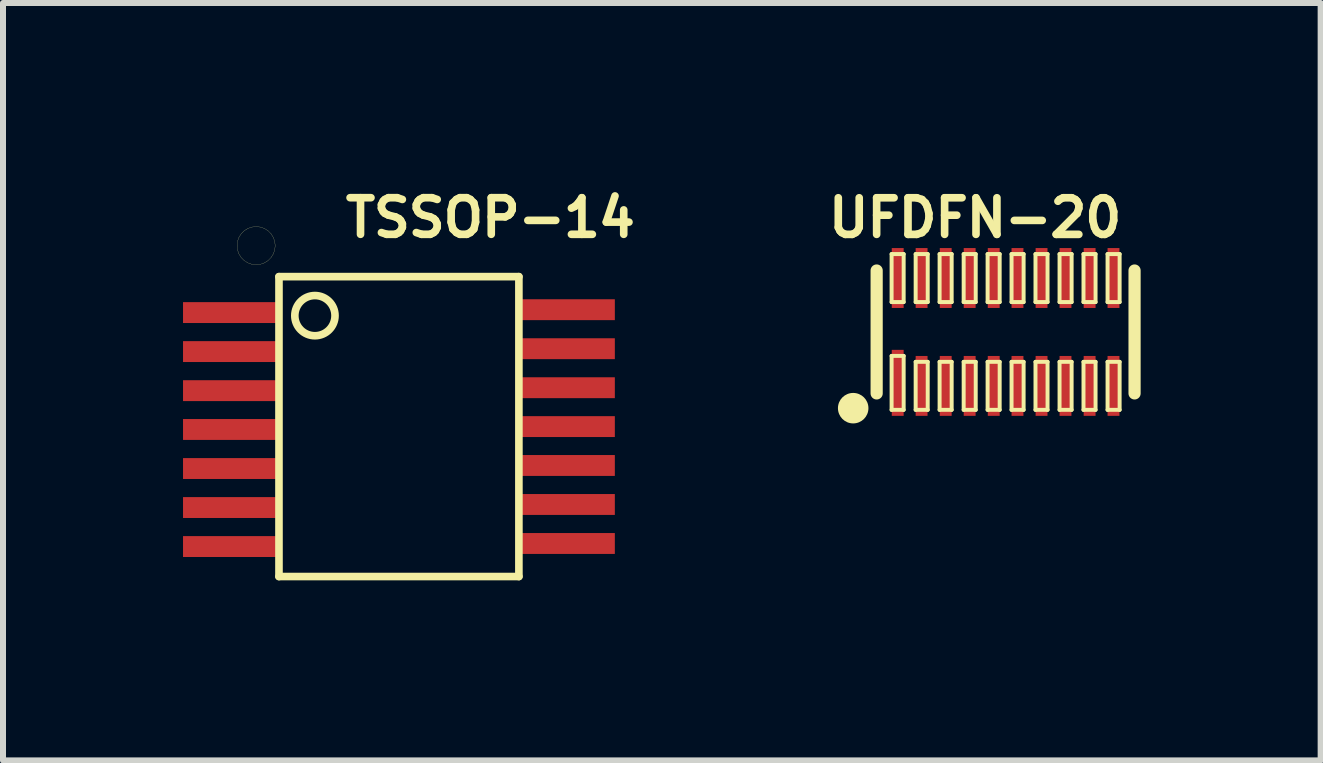
<source format=kicad_pcb>
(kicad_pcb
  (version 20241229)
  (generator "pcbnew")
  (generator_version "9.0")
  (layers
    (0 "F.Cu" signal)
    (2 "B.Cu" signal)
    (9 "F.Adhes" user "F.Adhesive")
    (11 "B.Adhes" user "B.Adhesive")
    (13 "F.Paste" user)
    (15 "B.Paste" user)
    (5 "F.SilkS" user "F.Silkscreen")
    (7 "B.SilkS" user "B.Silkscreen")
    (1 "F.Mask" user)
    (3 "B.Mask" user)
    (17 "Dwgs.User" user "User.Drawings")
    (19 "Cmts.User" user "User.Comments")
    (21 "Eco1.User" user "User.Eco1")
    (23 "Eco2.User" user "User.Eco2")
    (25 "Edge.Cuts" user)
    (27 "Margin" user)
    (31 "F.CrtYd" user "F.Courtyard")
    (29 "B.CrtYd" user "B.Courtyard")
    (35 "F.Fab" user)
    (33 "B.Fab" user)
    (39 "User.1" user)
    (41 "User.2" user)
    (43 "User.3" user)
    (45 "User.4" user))
  (footprint "UFDFN-20"
    (layer "F.Cu")
    (at 13.708 2.482)
    (property "Reference" "UFDFN-20" (at -0.508 -1.902 0) (layer "F.SilkS") (effects (font (size 0.61 0.61) (thickness 0.127))))
    (attr smd)
    (fp_line (start -2.149 -1.024) (end -2.149 1.024) (stroke (width 0.203) (type solid)) (layer "F.SilkS"))
    (fp_line (start -1.9 -1.298) (end -1.699 -1.298) (stroke (width 0.066) (type solid)) (layer "F.SilkS"))
    (fp_line (start -1.9 -0.498) (end -1.9 -1.298) (stroke (width 0.066) (type solid)) (layer "F.SilkS"))
    (fp_line (start -1.9 -0.498) (end -1.699 -0.498) (stroke (width 0.066) (type solid)) (layer "F.SilkS"))
    (fp_line (start -1.9 0.399) (end -1.699 0.399) (stroke (width 0.066) (type solid)) (layer "F.SilkS"))
    (fp_line (start -1.9 1.298) (end -1.9 0.399) (stroke (width 0.066) (type solid)) (layer "F.SilkS"))
    (fp_line (start -1.9 1.298) (end -1.699 1.298) (stroke (width 0.066) (type solid)) (layer "F.SilkS"))
    (fp_line (start -1.699 -0.498) (end -1.699 -1.298) (stroke (width 0.066) (type solid)) (layer "F.SilkS"))
    (fp_line (start -1.699 1.298) (end -1.699 0.399) (stroke (width 0.066) (type solid)) (layer "F.SilkS"))
    (fp_line (start -1.499 -1.298) (end -1.298 -1.298) (stroke (width 0.066) (type solid)) (layer "F.SilkS"))
    (fp_line (start -1.499 -0.498) (end -1.499 -1.298) (stroke (width 0.066) (type solid)) (layer "F.SilkS"))
    (fp_line (start -1.499 -0.498) (end -1.298 -0.498) (stroke (width 0.066) (type solid)) (layer "F.SilkS"))
    (fp_line (start -1.499 0.498) (end -1.298 0.498) (stroke (width 0.066) (type solid)) (layer "F.SilkS"))
    (fp_line (start -1.499 1.298) (end -1.499 0.498) (stroke (width 0.066) (type solid)) (layer "F.SilkS"))
    (fp_line (start -1.499 1.298) (end -1.298 1.298) (stroke (width 0.066) (type solid)) (layer "F.SilkS"))
    (fp_line (start -1.298 -0.498) (end -1.298 -1.298) (stroke (width 0.066) (type solid)) (layer "F.SilkS"))
    (fp_line (start -1.298 1.298) (end -1.298 0.498) (stroke (width 0.066) (type solid)) (layer "F.SilkS"))
    (fp_line (start -1.1 -1.298) (end -0.899 -1.298) (stroke (width 0.066) (type solid)) (layer "F.SilkS"))
    (fp_line (start -1.1 -0.498) (end -1.1 -1.298) (stroke (width 0.066) (type solid)) (layer "F.SilkS"))
    (fp_line (start -1.1 -0.498) (end -0.899 -0.498) (stroke (width 0.066) (type solid)) (layer "F.SilkS"))
    (fp_line (start -1.1 0.498) (end -0.899 0.498) (stroke (width 0.066) (type solid)) (layer "F.SilkS"))
    (fp_line (start -1.1 1.298) (end -1.1 0.498) (stroke (width 0.066) (type solid)) (layer "F.SilkS"))
    (fp_line (start -1.1 1.298) (end -0.899 1.298) (stroke (width 0.066) (type solid)) (layer "F.SilkS"))
    (fp_line (start -0.899 -0.498) (end -0.899 -1.298) (stroke (width 0.066) (type solid)) (layer "F.SilkS"))
    (fp_line (start -0.899 1.298) (end -0.899 0.498) (stroke (width 0.066) (type solid)) (layer "F.SilkS"))
    (fp_line (start -0.699 -1.298) (end -0.498 -1.298) (stroke (width 0.066) (type solid)) (layer "F.SilkS"))
    (fp_line (start -0.699 -0.498) (end -0.699 -1.298) (stroke (width 0.066) (type solid)) (layer "F.SilkS"))
    (fp_line (start -0.699 -0.498) (end -0.498 -0.498) (stroke (width 0.066) (type solid)) (layer "F.SilkS"))
    (fp_line (start -0.699 0.498) (end -0.498 0.498) (stroke (width 0.066) (type solid)) (layer "F.SilkS"))
    (fp_line (start -0.699 1.298) (end -0.699 0.498) (stroke (width 0.066) (type solid)) (layer "F.SilkS"))
    (fp_line (start -0.699 1.298) (end -0.498 1.298) (stroke (width 0.066) (type solid)) (layer "F.SilkS"))
    (fp_line (start -0.498 -0.498) (end -0.498 -1.298) (stroke (width 0.066) (type solid)) (layer "F.SilkS"))
    (fp_line (start -0.498 1.298) (end -0.498 0.498) (stroke (width 0.066) (type solid)) (layer "F.SilkS"))
    (fp_line (start -0.3 -1.298) (end -0.099 -1.298) (stroke (width 0.066) (type solid)) (layer "F.SilkS"))
    (fp_line (start -0.3 -0.498) (end -0.3 -1.298) (stroke (width 0.066) (type solid)) (layer "F.SilkS"))
    (fp_line (start -0.3 -0.498) (end -0.099 -0.498) (stroke (width 0.066) (type solid)) (layer "F.SilkS"))
    (fp_line (start -0.3 0.498) (end -0.099 0.498) (stroke (width 0.066) (type solid)) (layer "F.SilkS"))
    (fp_line (start -0.3 1.298) (end -0.3 0.498) (stroke (width 0.066) (type solid)) (layer "F.SilkS"))
    (fp_line (start -0.3 1.298) (end -0.099 1.298) (stroke (width 0.066) (type solid)) (layer "F.SilkS"))
    (fp_line (start -0.099 -0.498) (end -0.099 -1.298) (stroke (width 0.066) (type solid)) (layer "F.SilkS"))
    (fp_line (start -0.099 1.298) (end -0.099 0.498) (stroke (width 0.066) (type solid)) (layer "F.SilkS"))
    (fp_line (start 0.099 -1.298) (end 0.3 -1.298) (stroke (width 0.066) (type solid)) (layer "F.SilkS"))
    (fp_line (start 0.099 -0.498) (end 0.099 -1.298) (stroke (width 0.066) (type solid)) (layer "F.SilkS"))
    (fp_line (start 0.099 -0.498) (end 0.3 -0.498) (stroke (width 0.066) (type solid)) (layer "F.SilkS"))
    (fp_line (start 0.099 0.498) (end 0.3 0.498) (stroke (width 0.066) (type solid)) (layer "F.SilkS"))
    (fp_line (start 0.099 1.298) (end 0.099 0.498) (stroke (width 0.066) (type solid)) (layer "F.SilkS"))
    (fp_line (start 0.099 1.298) (end 0.3 1.298) (stroke (width 0.066) (type solid)) (layer "F.SilkS"))
    (fp_line (start 0.3 -0.498) (end 0.3 -1.298) (stroke (width 0.066) (type solid)) (layer "F.SilkS"))
    (fp_line (start 0.3 1.298) (end 0.3 0.498) (stroke (width 0.066) (type solid)) (layer "F.SilkS"))
    (fp_line (start 0.498 -1.298) (end 0.699 -1.298) (stroke (width 0.066) (type solid)) (layer "F.SilkS"))
    (fp_line (start 0.498 -0.498) (end 0.498 -1.298) (stroke (width 0.066) (type solid)) (layer "F.SilkS"))
    (fp_line (start 0.498 -0.498) (end 0.699 -0.498) (stroke (width 0.066) (type solid)) (layer "F.SilkS"))
    (fp_line (start 0.498 0.498) (end 0.699 0.498) (stroke (width 0.066) (type solid)) (layer "F.SilkS"))
    (fp_line (start 0.498 1.298) (end 0.498 0.498) (stroke (width 0.066) (type solid)) (layer "F.SilkS"))
    (fp_line (start 0.498 1.298) (end 0.699 1.298) (stroke (width 0.066) (type solid)) (layer "F.SilkS"))
    (fp_line (start 0.699 -0.498) (end 0.699 -1.298) (stroke (width 0.066) (type solid)) (layer "F.SilkS"))
    (fp_line (start 0.699 1.298) (end 0.699 0.498) (stroke (width 0.066) (type solid)) (layer "F.SilkS"))
    (fp_line (start 0.899 -1.298) (end 1.1 -1.298) (stroke (width 0.066) (type solid)) (layer "F.SilkS"))
    (fp_line (start 0.899 -0.498) (end 0.899 -1.298) (stroke (width 0.066) (type solid)) (layer "F.SilkS"))
    (fp_line (start 0.899 -0.498) (end 1.1 -0.498) (stroke (width 0.066) (type solid)) (layer "F.SilkS"))
    (fp_line (start 0.899 0.498) (end 1.1 0.498) (stroke (width 0.066) (type solid)) (layer "F.SilkS"))
    (fp_line (start 0.899 1.298) (end 0.899 0.498) (stroke (width 0.066) (type solid)) (layer "F.SilkS"))
    (fp_line (start 0.899 1.298) (end 1.1 1.298) (stroke (width 0.066) (type solid)) (layer "F.SilkS"))
    (fp_line (start 1.1 -0.498) (end 1.1 -1.298) (stroke (width 0.066) (type solid)) (layer "F.SilkS"))
    (fp_line (start 1.1 1.298) (end 1.1 0.498) (stroke (width 0.066) (type solid)) (layer "F.SilkS"))
    (fp_line (start 1.298 -1.298) (end 1.499 -1.298) (stroke (width 0.066) (type solid)) (layer "F.SilkS"))
    (fp_line (start 1.298 -0.498) (end 1.298 -1.298) (stroke (width 0.066) (type solid)) (layer "F.SilkS"))
    (fp_line (start 1.298 -0.498) (end 1.499 -0.498) (stroke (width 0.066) (type solid)) (layer "F.SilkS"))
    (fp_line (start 1.298 0.498) (end 1.499 0.498) (stroke (width 0.066) (type solid)) (layer "F.SilkS"))
    (fp_line (start 1.298 1.298) (end 1.298 0.498) (stroke (width 0.066) (type solid)) (layer "F.SilkS"))
    (fp_line (start 1.298 1.298) (end 1.499 1.298) (stroke (width 0.066) (type solid)) (layer "F.SilkS"))
    (fp_line (start 1.499 -0.498) (end 1.499 -1.298) (stroke (width 0.066) (type solid)) (layer "F.SilkS"))
    (fp_line (start 1.499 1.298) (end 1.499 0.498) (stroke (width 0.066) (type solid)) (layer "F.SilkS"))
    (fp_line (start 1.699 -1.298) (end 1.9 -1.298) (stroke (width 0.066) (type solid)) (layer "F.SilkS"))
    (fp_line (start 1.699 -0.498) (end 1.699 -1.298) (stroke (width 0.066) (type solid)) (layer "F.SilkS"))
    (fp_line (start 1.699 -0.498) (end 1.9 -0.498) (stroke (width 0.066) (type solid)) (layer "F.SilkS"))
    (fp_line (start 1.699 0.498) (end 1.9 0.498) (stroke (width 0.066) (type solid)) (layer "F.SilkS"))
    (fp_line (start 1.699 1.298) (end 1.699 0.498) (stroke (width 0.066) (type solid)) (layer "F.SilkS"))
    (fp_line (start 1.699 1.298) (end 1.9 1.298) (stroke (width 0.066) (type solid)) (layer "F.SilkS"))
    (fp_line (start 1.9 -0.498) (end 1.9 -1.298) (stroke (width 0.066) (type solid)) (layer "F.SilkS"))
    (fp_line (start 1.9 1.298) (end 1.9 0.498) (stroke (width 0.066) (type solid)) (layer "F.SilkS"))
    (fp_line (start 2.149 -1.024) (end 2.149 1.024) (stroke (width 0.203) (type solid)) (layer "F.SilkS"))
    (fp_circle (center -2.54 1.27) (end -2.54 1.016) (stroke (width 0) (type solid)) (fill yes) (layer "F.SilkS"))
    (pad "1" smd rect (at -1.798 0.848 90) (size 1.1 0.198) (layers "F.Cu" "F.Mask" "F.Paste"))
    (pad "2" smd rect (at -1.4 0.899 90) (size 0.998 0.198) (layers "F.Cu" "F.Mask" "F.Paste"))
    (pad "3" smd rect (at -0.998 0.899 90) (size 0.998 0.198) (layers "F.Cu" "F.Mask" "F.Paste"))
    (pad "4" smd rect (at -0.599 0.899 90) (size 0.998 0.198) (layers "F.Cu" "F.Mask" "F.Paste"))
    (pad "5" smd rect (at -0.198 0.899 90) (size 0.998 0.198) (layers "F.Cu" "F.Mask" "F.Paste"))
    (pad "6" smd rect (at 0.198 0.899 90) (size 0.998 0.198) (layers "F.Cu" "F.Mask" "F.Paste"))
    (pad "7" smd rect (at 0.599 0.899 90) (size 0.998 0.198) (layers "F.Cu" "F.Mask" "F.Paste"))
    (pad "8" smd rect (at 0.998 0.899 90) (size 0.998 0.198) (layers "F.Cu" "F.Mask" "F.Paste"))
    (pad "9" smd rect (at 1.4 0.899 90) (size 0.998 0.198) (layers "F.Cu" "F.Mask" "F.Paste"))
    (pad "10" smd rect (at 1.798 0.899 90) (size 0.998 0.198) (layers "F.Cu" "F.Mask" "F.Paste"))
    (pad "11" smd rect (at 1.798 -0.899 90) (size 0.998 0.198) (layers "F.Cu" "F.Mask" "F.Paste"))
    (pad "12" smd rect (at 1.4 -0.899 90) (size 0.998 0.198) (layers "F.Cu" "F.Mask" "F.Paste"))
    (pad "13" smd rect (at 0.998 -0.899 90) (size 0.998 0.198) (layers "F.Cu" "F.Mask" "F.Paste"))
    (pad "14" smd rect (at 0.599 -0.899 90) (size 0.998 0.198) (layers "F.Cu" "F.Mask" "F.Paste"))
    (pad "15" smd rect (at 0.198 -0.899 90) (size 0.998 0.198) (layers "F.Cu" "F.Mask" "F.Paste"))
    (pad "16" smd rect (at -0.198 -0.899 90) (size 0.998 0.198) (layers "F.Cu" "F.Mask" "F.Paste"))
    (pad "17" smd rect (at -0.599 -0.899 90) (size 0.998 0.198) (layers "F.Cu" "F.Mask" "F.Paste"))
    (pad "18" smd rect (at -0.998 -0.899 90) (size 0.998 0.198) (layers "F.Cu" "F.Mask" "F.Paste"))
    (pad "19" smd rect (at -1.4 -0.899 90) (size 0.998 0.198) (layers "F.Cu" "F.Mask" "F.Paste"))
    (pad "20" smd rect (at -1.798 -0.899 90) (size 0.998 0.198) (layers "F.Cu" "F.Mask" "F.Paste")))
  (footprint "TSSOP-14"
    (layer "F.Cu")
    (at 3.598 4.059)
    (property "Reference" "TSSOP-14" (at 1.524 -3.48 0) (layer "F.SilkS") (effects (font (size 0.61 0.61) (thickness 0.127))))
    (attr smd)
    (fp_line (start -2.697 -3.015) (end -2.69 -2.944) (stroke (width 0.003) (type solid)) (layer "F.SilkS"))
    (fp_line (start -2.69 -3.086) (end -2.697 -3.015) (stroke (width 0.003) (type solid)) (layer "F.SilkS"))
    (fp_line (start -2.69 -2.944) (end -2.667 -2.878) (stroke (width 0.003) (type solid)) (layer "F.SilkS"))
    (fp_line (start -2.667 -3.152) (end -2.69 -3.086) (stroke (width 0.003) (type solid)) (layer "F.SilkS"))
    (fp_line (start -2.667 -2.878) (end -2.629 -2.817) (stroke (width 0.003) (type solid)) (layer "F.SilkS"))
    (fp_line (start -2.629 -3.213) (end -2.667 -3.152) (stroke (width 0.003) (type solid)) (layer "F.SilkS"))
    (fp_line (start -2.629 -2.817) (end -2.578 -2.766) (stroke (width 0.003) (type solid)) (layer "F.SilkS"))
    (fp_line (start -2.578 -3.264) (end -2.629 -3.213) (stroke (width 0.003) (type solid)) (layer "F.SilkS"))
    (fp_line (start -2.578 -2.766) (end -2.517 -2.728) (stroke (width 0.003) (type solid)) (layer "F.SilkS"))
    (fp_line (start -2.517 -3.302) (end -2.578 -3.264) (stroke (width 0.003) (type solid)) (layer "F.SilkS"))
    (fp_line (start -2.517 -2.728) (end -2.451 -2.705) (stroke (width 0.003) (type solid)) (layer "F.SilkS"))
    (fp_line (start -2.451 -3.325) (end -2.517 -3.302) (stroke (width 0.003) (type solid)) (layer "F.SilkS"))
    (fp_line (start -2.451 -2.705) (end -2.38 -2.697) (stroke (width 0.003) (type solid)) (layer "F.SilkS"))
    (fp_line (start -2.38 -3.332) (end -2.451 -3.325) (stroke (width 0.003) (type solid)) (layer "F.SilkS"))
    (fp_line (start -2.38 -2.697) (end -2.309 -2.705) (stroke (width 0.003) (type solid)) (layer "F.SilkS"))
    (fp_line (start -2.309 -3.325) (end -2.38 -3.332) (stroke (width 0.003) (type solid)) (layer "F.SilkS"))
    (fp_line (start -2.309 -2.705) (end -2.243 -2.728) (stroke (width 0.003) (type solid)) (layer "F.SilkS"))
    (fp_line (start -2.243 -3.302) (end -2.309 -3.325) (stroke (width 0.003) (type solid)) (layer "F.SilkS"))
    (fp_line (start -2.243 -2.728) (end -2.182 -2.766) (stroke (width 0.003) (type solid)) (layer "F.SilkS"))
    (fp_line (start -2.182 -3.264) (end -2.243 -3.302) (stroke (width 0.003) (type solid)) (layer "F.SilkS"))
    (fp_line (start -2.182 -2.766) (end -2.131 -2.817) (stroke (width 0.003) (type solid)) (layer "F.SilkS"))
    (fp_line (start -2.131 -3.213) (end -2.182 -3.264) (stroke (width 0.003) (type solid)) (layer "F.SilkS"))
    (fp_line (start -2.131 -2.817) (end -2.093 -2.878) (stroke (width 0.003) (type solid)) (layer "F.SilkS"))
    (fp_line (start -2.093 -3.152) (end -2.131 -3.213) (stroke (width 0.003) (type solid)) (layer "F.SilkS"))
    (fp_line (start -2.093 -2.878) (end -2.07 -2.944) (stroke (width 0.003) (type solid)) (layer "F.SilkS"))
    (fp_line (start -2.07 -3.086) (end -2.093 -3.152) (stroke (width 0.003) (type solid)) (layer "F.SilkS"))
    (fp_line (start -2.07 -2.944) (end -2.062 -3.015) (stroke (width 0.003) (type solid)) (layer "F.SilkS"))
    (fp_line (start -2.062 -3.015) (end -2.07 -3.086) (stroke (width 0.003) (type solid)) (layer "F.SilkS"))
    (fp_line (start -1.999 -2.499) (end -1.999 2.499) (stroke (width 0.127) (type solid)) (layer "F.SilkS"))
    (fp_line (start -1.999 2.499) (end 1.999 2.499) (stroke (width 0.127) (type solid)) (layer "F.SilkS"))
    (fp_line (start 1.999 -2.499) (end -1.999 -2.499) (stroke (width 0.127) (type solid)) (layer "F.SilkS"))
    (fp_line (start 1.999 2.499) (end 1.999 -2.499) (stroke (width 0.127) (type solid)) (layer "F.SilkS"))
    (fp_circle (center -1.4 -1.849) (end -1.4 -2.184) (stroke (width 0.127) (type solid)) (fill no) (layer "F.SilkS"))
    (pad "1" smd rect (at -2.799 -1.9) (size 1.598 0.348) (layers "F.Cu" "F.Mask" "F.Paste"))
    (pad "2" smd rect (at -2.799 -1.25) (size 1.598 0.348) (layers "F.Cu" "F.Mask" "F.Paste"))
    (pad "3" smd rect (at -2.799 -0.599) (size 1.598 0.348) (layers "F.Cu" "F.Mask" "F.Paste"))
    (pad "4" smd rect (at -2.799 0.048) (size 1.598 0.348) (layers "F.Cu" "F.Mask" "F.Paste"))
    (pad "5" smd rect (at -2.799 0.699) (size 1.598 0.348) (layers "F.Cu" "F.Mask" "F.Paste"))
    (pad "6" smd rect (at -2.799 1.349) (size 1.598 0.348) (layers "F.Cu" "F.Mask" "F.Paste"))
    (pad "7" smd rect (at -2.799 1.999) (size 1.598 0.348) (layers "F.Cu" "F.Mask" "F.Paste"))
    (pad "8" smd rect (at 2.799 1.948) (size 1.598 0.348) (layers "F.Cu" "F.Mask" "F.Paste"))
    (pad "9" smd rect (at 2.799 1.298) (size 1.598 0.348) (layers "F.Cu" "F.Mask" "F.Paste"))
    (pad "10" smd rect (at 2.799 0.648) (size 1.598 0.348) (layers "F.Cu" "F.Mask" "F.Paste"))
    (pad "11" smd rect (at 2.799 0) (size 1.598 0.348) (layers "F.Cu" "F.Mask" "F.Paste"))
    (pad "12" smd rect (at 2.799 -0.648) (size 1.598 0.348) (layers "F.Cu" "F.Mask" "F.Paste"))
    (pad "13" smd rect (at 2.799 -1.298) (size 1.598 0.348) (layers "F.Cu" "F.Mask" "F.Paste"))
    (pad "14" smd rect (at 2.799 -1.948) (size 1.598 0.348) (layers "F.Cu" "F.Mask" "F.Paste")))
  (gr_rect
    (start -3 -3)
    (end 18.958 9.622)
    (stroke (width 0.1) (type default))
    (fill no)
    (layer "Edge.Cuts")))
</source>
